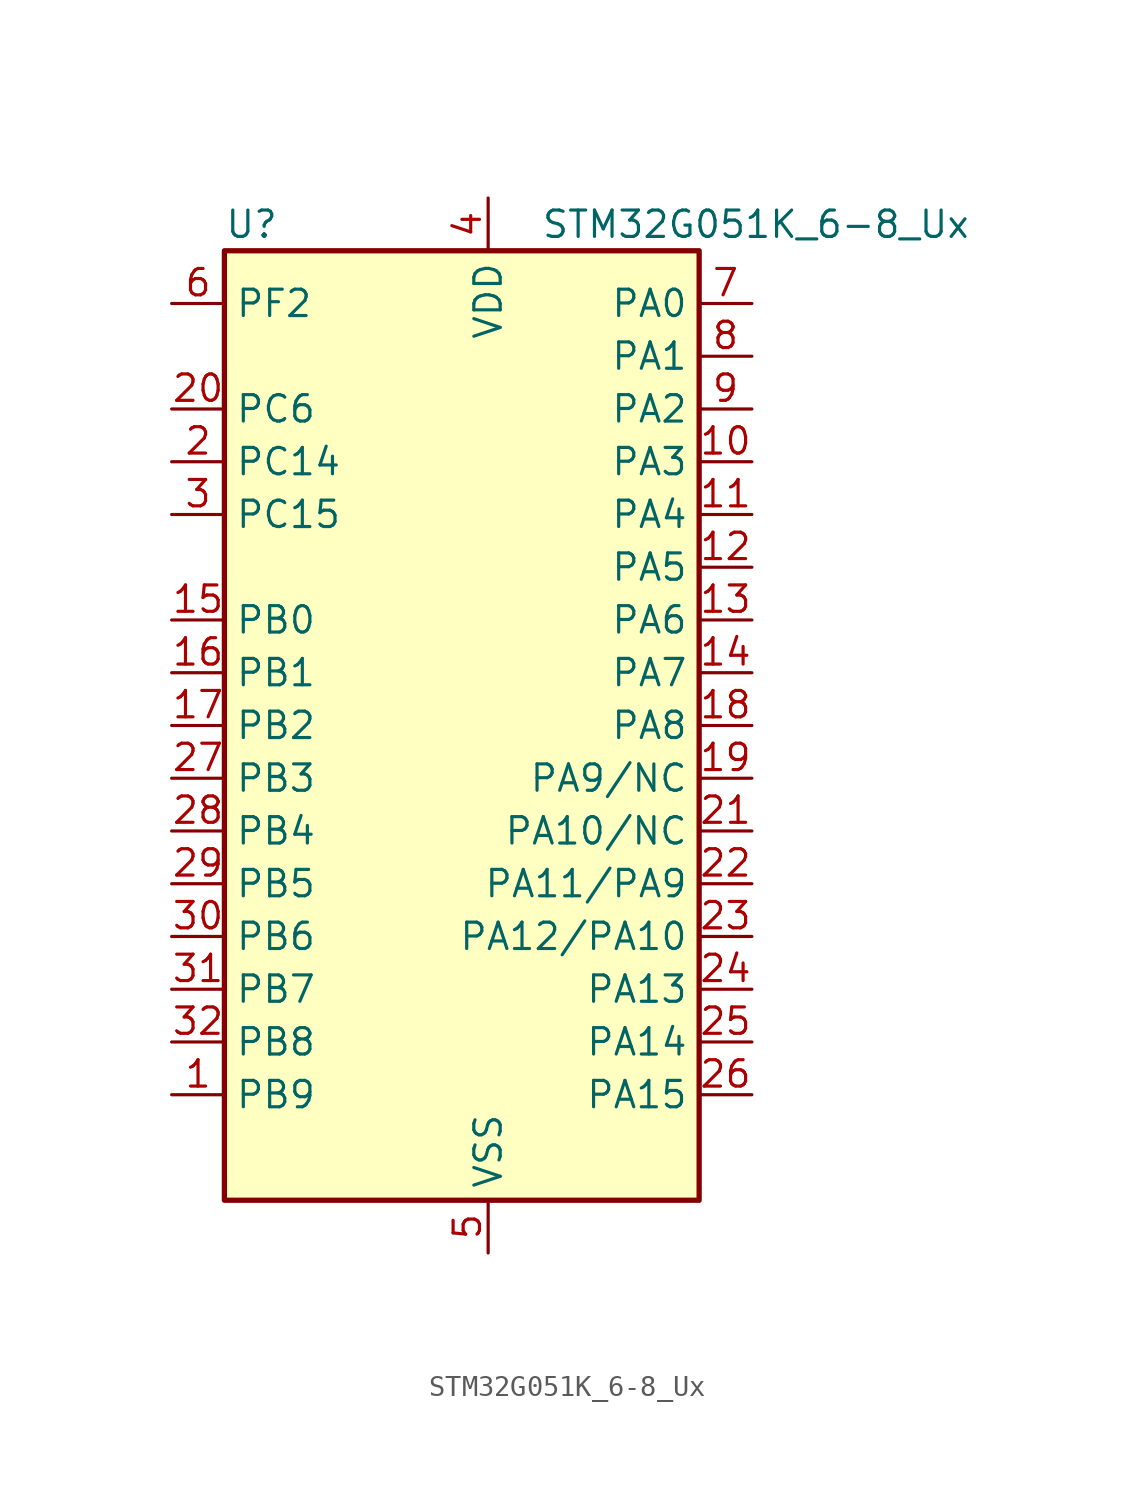
<source format=kicad_sym>
(kicad_symbol_lib
  (version 20220914)
  (generator kicad_symbol_editor)
  (symbol "STM32G051K_6-8_Ux"
    (property "Reference" "U"
      (at -10.16 24.13 0)
      (effects (font (size 1.27 1.27)) (justify left)))
    (property "Value" "STM32G051K_6-8_Ux"
      (at 5.08 24.13 0)
      (effects (font (size 1.27 1.27)) (justify left)))
    (property "ki_locked" ""
      (at 0 0 0)
      (effects (font (size 1.27 1.27))))
    (symbol "STM32G051K_6-8_Ux_0_1"
      (rectangle (start -10.16 -22.86) (end 12.7 22.86) (stroke (width 0.254) (type default)) (fill (type background))))
    (symbol "STM32G051K_6-8_Ux_1_1"
      (pin bidirectional line (at -12.7 -17.78 0) (length 2.54) (name "PB9" (effects (font (size 1.27 1.27)))) (number "1" (effects (font (size 1.27 1.27)))) (alternate "DAC1_EXTI9" bidirectional line) (alternate "I2C1_SDA" bidirectional line) (alternate "IR_OUT" bidirectional line) (alternate "SPI2_NSS" bidirectional line) (alternate "TIM17_CH1" bidirectional line))
      (pin bidirectional line (at 15.24 12.7 180) (length 2.54) (name "PA3" (effects (font (size 1.27 1.27)))) (number "10" (effects (font (size 1.27 1.27)))) (alternate "ADC1_IN3" bidirectional line) (alternate "COMP2_INP" bidirectional line) (alternate "LPUART1_RX" bidirectional line) (alternate "SPI2_MISO" bidirectional line) (alternate "TIM15_CH2" bidirectional line) (alternate "TIM2_CH4" bidirectional line) (alternate "USART2_RX" bidirectional line))
      (pin bidirectional line (at 15.24 10.16 180) (length 2.54) (name "PA4" (effects (font (size 1.27 1.27)))) (number "11" (effects (font (size 1.27 1.27)))) (alternate "ADC1_IN4" bidirectional line) (alternate "DAC1_OUT1" bidirectional line) (alternate "I2S1_WS" bidirectional line) (alternate "LPTIM2_OUT" bidirectional line) (alternate "RTC_OUT1" bidirectional line) (alternate "RTC_TAMP_IN1" bidirectional line) (alternate "RTC_TS" bidirectional line) (alternate "SPI1_NSS" bidirectional line) (alternate "SPI2_MOSI" bidirectional line) (alternate "SYS_WKUP2" bidirectional line) (alternate "TIM14_CH1" bidirectional line))
      (pin bidirectional line (at 15.24 7.62 180) (length 2.54) (name "PA5" (effects (font (size 1.27 1.27)))) (number "12" (effects (font (size 1.27 1.27)))) (alternate "ADC1_IN5" bidirectional line) (alternate "DAC1_OUT2" bidirectional line) (alternate "I2S1_CK" bidirectional line) (alternate "LPTIM2_ETR" bidirectional line) (alternate "SPI1_SCK" bidirectional line) (alternate "TIM2_CH1" bidirectional line) (alternate "TIM2_ETR" bidirectional line))
      (pin bidirectional line (at 15.24 5.08 180) (length 2.54) (name "PA6" (effects (font (size 1.27 1.27)))) (number "13" (effects (font (size 1.27 1.27)))) (alternate "ADC1_IN6" bidirectional line) (alternate "COMP1_OUT" bidirectional line) (alternate "I2S1_MCK" bidirectional line) (alternate "LPUART1_CTS" bidirectional line) (alternate "SPI1_MISO" bidirectional line) (alternate "TIM16_CH1" bidirectional line) (alternate "TIM1_BK" bidirectional line) (alternate "TIM3_CH1" bidirectional line))
      (pin bidirectional line (at 15.24 2.54 180) (length 2.54) (name "PA7" (effects (font (size 1.27 1.27)))) (number "14" (effects (font (size 1.27 1.27)))) (alternate "ADC1_IN7" bidirectional line) (alternate "COMP2_OUT" bidirectional line) (alternate "I2S1_SD" bidirectional line) (alternate "SPI1_MOSI" bidirectional line) (alternate "TIM14_CH1" bidirectional line) (alternate "TIM17_CH1" bidirectional line) (alternate "TIM1_CH1N" bidirectional line) (alternate "TIM3_CH2" bidirectional line))
      (pin bidirectional line (at -12.7 5.08 0) (length 2.54) (name "PB0" (effects (font (size 1.27 1.27)))) (number "15" (effects (font (size 1.27 1.27)))) (alternate "ADC1_IN8" bidirectional line) (alternate "COMP1_OUT" bidirectional line) (alternate "I2S1_WS" bidirectional line) (alternate "LPTIM1_OUT" bidirectional line) (alternate "SPI1_NSS" bidirectional line) (alternate "TIM1_CH2N" bidirectional line) (alternate "TIM3_CH3" bidirectional line))
      (pin bidirectional line (at -12.7 2.54 0) (length 2.54) (name "PB1" (effects (font (size 1.27 1.27)))) (number "16" (effects (font (size 1.27 1.27)))) (alternate "ADC1_IN9" bidirectional line) (alternate "COMP1_INM" bidirectional line) (alternate "LPTIM2_IN1" bidirectional line) (alternate "LPUART1_DE" bidirectional line) (alternate "LPUART1_RTS" bidirectional line) (alternate "TIM14_CH1" bidirectional line) (alternate "TIM1_CH3N" bidirectional line) (alternate "TIM3_CH4" bidirectional line))
      (pin bidirectional line (at -12.7 0 0) (length 2.54) (name "PB2" (effects (font (size 1.27 1.27)))) (number "17" (effects (font (size 1.27 1.27)))) (alternate "ADC1_IN10" bidirectional line) (alternate "COMP1_INP" bidirectional line) (alternate "LPTIM1_OUT" bidirectional line) (alternate "SPI2_MISO" bidirectional line))
      (pin bidirectional line (at 15.24 0 180) (length 2.54) (name "PA8" (effects (font (size 1.27 1.27)))) (number "18" (effects (font (size 1.27 1.27)))) (alternate "LPTIM2_OUT" bidirectional line) (alternate "RCC_MCO" bidirectional line) (alternate "SPI2_NSS" bidirectional line) (alternate "TIM1_CH1" bidirectional line))
      (pin bidirectional line (at 15.24 -2.54 180) (length 2.54) (name "PA9/NC" (effects (font (size 1.27 1.27)))) (number "19" (effects (font (size 1.27 1.27)))) (alternate "DAC1_EXTI9" bidirectional line) (alternate "I2C1_SCL" bidirectional line) (alternate "RCC_MCO" bidirectional line) (alternate "SPI2_MISO" bidirectional line) (alternate "TIM15_BK" bidirectional line) (alternate "TIM1_CH2" bidirectional line) (alternate "USART1_TX" bidirectional line))
      (pin bidirectional line (at -12.7 12.7 0) (length 2.54) (name "PC14" (effects (font (size 1.27 1.27)))) (number "2" (effects (font (size 1.27 1.27)))) (alternate "RCC_OSC32_IN" bidirectional line) (alternate "RCC_OSC_IN" bidirectional line) (alternate "TIM1_BK2" bidirectional line))
      (pin bidirectional line (at -12.7 15.24 0) (length 2.54) (name "PC6" (effects (font (size 1.27 1.27)))) (number "20" (effects (font (size 1.27 1.27)))) (alternate "TIM2_CH3" bidirectional line) (alternate "TIM3_CH1" bidirectional line))
      (pin bidirectional line (at 15.24 -5.08 180) (length 2.54) (name "PA10/NC" (effects (font (size 1.27 1.27)))) (number "21" (effects (font (size 1.27 1.27)))) (alternate "I2C1_SDA" bidirectional line) (alternate "SPI2_MOSI" bidirectional line) (alternate "TIM17_BK" bidirectional line) (alternate "TIM1_CH3" bidirectional line) (alternate "USART1_RX" bidirectional line))
      (pin bidirectional line (at 15.24 -7.62 180) (length 2.54) (name "PA11/PA9" (effects (font (size 1.27 1.27)))) (number "22" (effects (font (size 1.27 1.27)))) (alternate "ADC1_EXTI11" bidirectional line) (alternate "ADC1_IN15" bidirectional line) (alternate "COMP1_OUT" bidirectional line) (alternate "I2C2_SCL" bidirectional line) (alternate "I2S1_MCK" bidirectional line) (alternate "SPI1_MISO" bidirectional line) (alternate "TIM1_BK2" bidirectional line) (alternate "TIM1_CH4" bidirectional line) (alternate "USART1_CTS" bidirectional line) (alternate "USART1_NSS" bidirectional line))
      (pin bidirectional line (at 15.24 -10.16 180) (length 2.54) (name "PA12/PA10" (effects (font (size 1.27 1.27)))) (number "23" (effects (font (size 1.27 1.27)))) (alternate "ADC1_IN16" bidirectional line) (alternate "COMP2_OUT" bidirectional line) (alternate "I2C2_SDA" bidirectional line) (alternate "I2S1_SD" bidirectional line) (alternate "I2S_CKIN" bidirectional line) (alternate "SPI1_MOSI" bidirectional line) (alternate "TIM1_ETR" bidirectional line) (alternate "USART1_CK" bidirectional line) (alternate "USART1_DE" bidirectional line) (alternate "USART1_RTS" bidirectional line))
      (pin bidirectional line (at 15.24 -12.7 180) (length 2.54) (name "PA13" (effects (font (size 1.27 1.27)))) (number "24" (effects (font (size 1.27 1.27)))) (alternate "ADC1_IN17" bidirectional line) (alternate "IR_OUT" bidirectional line) (alternate "SYS_SWDIO" bidirectional line))
      (pin bidirectional line (at 15.24 -15.24 180) (length 2.54) (name "PA14" (effects (font (size 1.27 1.27)))) (number "25" (effects (font (size 1.27 1.27)))) (alternate "ADC1_IN18" bidirectional line) (alternate "SYS_SWCLK" bidirectional line) (alternate "USART2_TX" bidirectional line))
      (pin bidirectional line (at 15.24 -17.78 180) (length 2.54) (name "PA15" (effects (font (size 1.27 1.27)))) (number "26" (effects (font (size 1.27 1.27)))) (alternate "I2S1_WS" bidirectional line) (alternate "SPI1_NSS" bidirectional line) (alternate "TIM2_CH1" bidirectional line) (alternate "TIM2_ETR" bidirectional line) (alternate "USART2_RX" bidirectional line))
      (pin bidirectional line (at -12.7 -2.54 0) (length 2.54) (name "PB3" (effects (font (size 1.27 1.27)))) (number "27" (effects (font (size 1.27 1.27)))) (alternate "COMP2_INM" bidirectional line) (alternate "I2S1_CK" bidirectional line) (alternate "SPI1_SCK" bidirectional line) (alternate "TIM1_CH2" bidirectional line) (alternate "TIM2_CH2" bidirectional line) (alternate "USART1_CK" bidirectional line) (alternate "USART1_DE" bidirectional line) (alternate "USART1_RTS" bidirectional line))
      (pin bidirectional line (at -12.7 -5.08 0) (length 2.54) (name "PB4" (effects (font (size 1.27 1.27)))) (number "28" (effects (font (size 1.27 1.27)))) (alternate "COMP2_INP" bidirectional line) (alternate "I2S1_MCK" bidirectional line) (alternate "SPI1_MISO" bidirectional line) (alternate "TIM17_BK" bidirectional line) (alternate "TIM3_CH1" bidirectional line) (alternate "USART1_CTS" bidirectional line) (alternate "USART1_NSS" bidirectional line))
      (pin bidirectional line (at -12.7 -7.62 0) (length 2.54) (name "PB5" (effects (font (size 1.27 1.27)))) (number "29" (effects (font (size 1.27 1.27)))) (alternate "COMP2_OUT" bidirectional line) (alternate "I2C1_SMBA" bidirectional line) (alternate "I2S1_SD" bidirectional line) (alternate "LPTIM1_IN1" bidirectional line) (alternate "SPI1_MOSI" bidirectional line) (alternate "SYS_WKUP6" bidirectional line) (alternate "TIM16_BK" bidirectional line) (alternate "TIM3_CH2" bidirectional line))
      (pin bidirectional line (at -12.7 10.16 0) (length 2.54) (name "PC15" (effects (font (size 1.27 1.27)))) (number "3" (effects (font (size 1.27 1.27)))) (alternate "RCC_OSC32_EN" bidirectional line) (alternate "RCC_OSC32_OUT" bidirectional line) (alternate "RCC_OSC_EN" bidirectional line) (alternate "TIM15_BK" bidirectional line))
      (pin bidirectional line (at -12.7 -10.16 0) (length 2.54) (name "PB6" (effects (font (size 1.27 1.27)))) (number "30" (effects (font (size 1.27 1.27)))) (alternate "COMP2_INP" bidirectional line) (alternate "I2C1_SCL" bidirectional line) (alternate "LPTIM1_ETR" bidirectional line) (alternate "SPI2_MISO" bidirectional line) (alternate "TIM16_CH1N" bidirectional line) (alternate "TIM1_CH3" bidirectional line) (alternate "USART1_TX" bidirectional line))
      (pin bidirectional line (at -12.7 -12.7 0) (length 2.54) (name "PB7" (effects (font (size 1.27 1.27)))) (number "31" (effects (font (size 1.27 1.27)))) (alternate "ADC1_IN11" bidirectional line) (alternate "COMP2_INM" bidirectional line) (alternate "I2C1_SDA" bidirectional line) (alternate "LPTIM1_IN2" bidirectional line) (alternate "SPI2_MOSI" bidirectional line) (alternate "SYS_PVD_IN" bidirectional line) (alternate "TIM17_CH1N" bidirectional line) (alternate "USART1_RX" bidirectional line))
      (pin bidirectional line (at -12.7 -15.24 0) (length 2.54) (name "PB8" (effects (font (size 1.27 1.27)))) (number "32" (effects (font (size 1.27 1.27)))) (alternate "I2C1_SCL" bidirectional line) (alternate "SPI2_SCK" bidirectional line) (alternate "TIM15_BK" bidirectional line) (alternate "TIM16_CH1" bidirectional line))
      (pin passive line (at 2.54 -25.4 90) (length 2.54) hide (name "VSS" (effects (font (size 1.27 1.27)))) (number "33" (effects (font (size 1.27 1.27)))))
      (pin power_in line (at 2.54 25.4 270) (length 2.54) (name "VDD" (effects (font (size 1.27 1.27)))) (number "4" (effects (font (size 1.27 1.27)))))
      (pin power_in line (at 2.54 -25.4 90) (length 2.54) (name "VSS" (effects (font (size 1.27 1.27)))) (number "5" (effects (font (size 1.27 1.27)))))
      (pin bidirectional line (at -12.7 20.32 0) (length 2.54) (name "PF2" (effects (font (size 1.27 1.27)))) (number "6" (effects (font (size 1.27 1.27)))) (alternate "RCC_MCO" bidirectional line))
      (pin bidirectional line (at 15.24 20.32 180) (length 2.54) (name "PA0" (effects (font (size 1.27 1.27)))) (number "7" (effects (font (size 1.27 1.27)))) (alternate "ADC1_IN0" bidirectional line) (alternate "COMP1_INM" bidirectional line) (alternate "COMP1_OUT" bidirectional line) (alternate "LPTIM1_OUT" bidirectional line) (alternate "RTC_TAMP_IN2" bidirectional line) (alternate "SPI2_SCK" bidirectional line) (alternate "SYS_WKUP1" bidirectional line) (alternate "TIM2_CH1" bidirectional line) (alternate "TIM2_ETR" bidirectional line) (alternate "USART2_CTS" bidirectional line) (alternate "USART2_NSS" bidirectional line))
      (pin bidirectional line (at 15.24 17.78 180) (length 2.54) (name "PA1" (effects (font (size 1.27 1.27)))) (number "8" (effects (font (size 1.27 1.27)))) (alternate "ADC1_IN1" bidirectional line) (alternate "COMP1_INP" bidirectional line) (alternate "I2C1_SMBA" bidirectional line) (alternate "I2S1_CK" bidirectional line) (alternate "SPI1_SCK" bidirectional line) (alternate "TIM15_CH1N" bidirectional line) (alternate "TIM2_CH2" bidirectional line) (alternate "USART2_CK" bidirectional line) (alternate "USART2_DE" bidirectional line) (alternate "USART2_RTS" bidirectional line))
      (pin bidirectional line (at 15.24 15.24 180) (length 2.54) (name "PA2" (effects (font (size 1.27 1.27)))) (number "9" (effects (font (size 1.27 1.27)))) (alternate "ADC1_IN2" bidirectional line) (alternate "COMP2_INM" bidirectional line) (alternate "COMP2_OUT" bidirectional line) (alternate "I2S1_SD" bidirectional line) (alternate "LPUART1_TX" bidirectional line) (alternate "RCC_LSCO" bidirectional line) (alternate "SPI1_MOSI" bidirectional line) (alternate "SYS_WKUP4" bidirectional line) (alternate "TIM15_CH1" bidirectional line) (alternate "TIM2_CH3" bidirectional line) (alternate "USART2_TX" bidirectional line)))))
</source>
